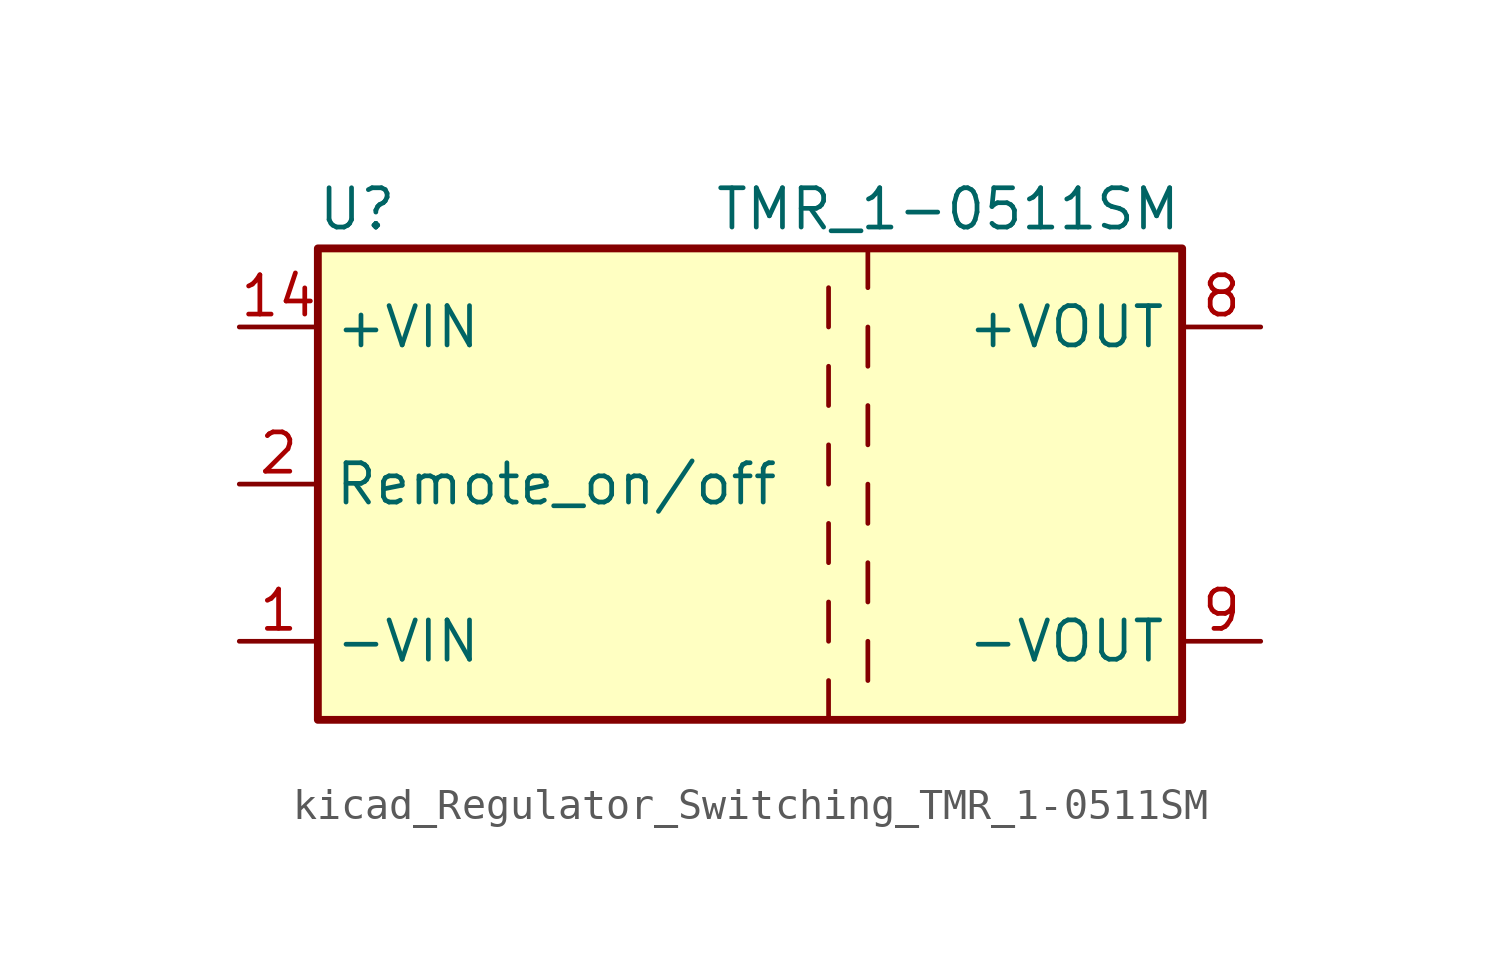
<source format=kicad_sym>
(kicad_symbol_lib
  (version 20220914)
  (generator kicad_symbol_editor)
  (symbol "kicad_Regulator_Switching_TMR_1-0511SM"
    (property "Reference" "U"
      (at -16.51 8.89 0)
      (effects (font (size 1.27 1.27))))
    (property "Value" "TMR_1-0511SM"
      (at 10.16 8.89 0)
      (effects (font (size 1.27 1.27)) (justify right)))
    (symbol "kicad_Regulator_Switching_TMR_1-0511SM_0_1"
      (rectangle (start -17.78 7.62) (end 10.16 -7.62) (stroke (width 0.254) (type default)) (fill (type background)))
      (polyline (pts (xy -1.27 -6.35) (xy -1.27 -7.62)) (stroke (width 0) (type default)) (fill (type none)))
      (polyline (pts (xy -1.27 -3.81) (xy -1.27 -5.08)) (stroke (width 0) (type default)) (fill (type none)))
      (polyline (pts (xy -1.27 -1.27) (xy -1.27 -2.54)) (stroke (width 0) (type default)) (fill (type none)))
      (polyline (pts (xy -1.27 1.27) (xy -1.27 0)) (stroke (width 0) (type default)) (fill (type none)))
      (polyline (pts (xy -1.27 3.81) (xy -1.27 2.54)) (stroke (width 0) (type default)) (fill (type none)))
      (polyline (pts (xy -1.27 6.35) (xy -1.27 5.08)) (stroke (width 0) (type default)) (fill (type none)))
      (polyline (pts (xy 0 -5.08) (xy 0 -6.35)) (stroke (width 0) (type default)) (fill (type none)))
      (polyline (pts (xy 0 -2.54) (xy 0 -3.81)) (stroke (width 0) (type default)) (fill (type none)))
      (polyline (pts (xy 0 0) (xy 0 -1.27)) (stroke (width 0) (type default)) (fill (type none)))
      (polyline (pts (xy 0 2.54) (xy 0 1.27)) (stroke (width 0) (type default)) (fill (type none)))
      (polyline (pts (xy 0 5.08) (xy 0 3.81)) (stroke (width 0) (type default)) (fill (type none)))
      (polyline (pts (xy 0 7.62) (xy 0 6.35)) (stroke (width 0) (type default)) (fill (type none))))
    (symbol "kicad_Regulator_Switching_TMR_1-0511SM_1_1"
      (pin power_in line (at -20.32 -5.08 0) (length 2.54) (name "-VIN" (effects (font (size 1.27 1.27)))) (number "1" (effects (font (size 1.27 1.27)))))
      (pin power_in line (at -20.32 5.08 0) (length 2.54) (name "+VIN" (effects (font (size 1.27 1.27)))) (number "14" (effects (font (size 1.27 1.27)))))
      (pin input line (at -20.32 0 0) (length 2.54) (name "Remote_on/off" (effects (font (size 1.27 1.27)))) (number "2" (effects (font (size 1.27 1.27)))))
      (pin no_connect line (at 10.16 2.54 180) (length 2.54) hide (name "NC" (effects (font (size 1.27 1.27)))) (number "6" (effects (font (size 1.27 1.27)))))
      (pin no_connect line (at 10.16 -2.54 180) (length 2.54) hide (name "NC" (effects (font (size 1.27 1.27)))) (number "7" (effects (font (size 1.27 1.27)))))
      (pin power_out line (at 12.7 5.08 180) (length 2.54) (name "+VOUT" (effects (font (size 1.27 1.27)))) (number "8" (effects (font (size 1.27 1.27)))))
      (pin power_out line (at 12.7 -5.08 180) (length 2.54) (name "-VOUT" (effects (font (size 1.27 1.27)))) (number "9" (effects (font (size 1.27 1.27))))))))
</source>
